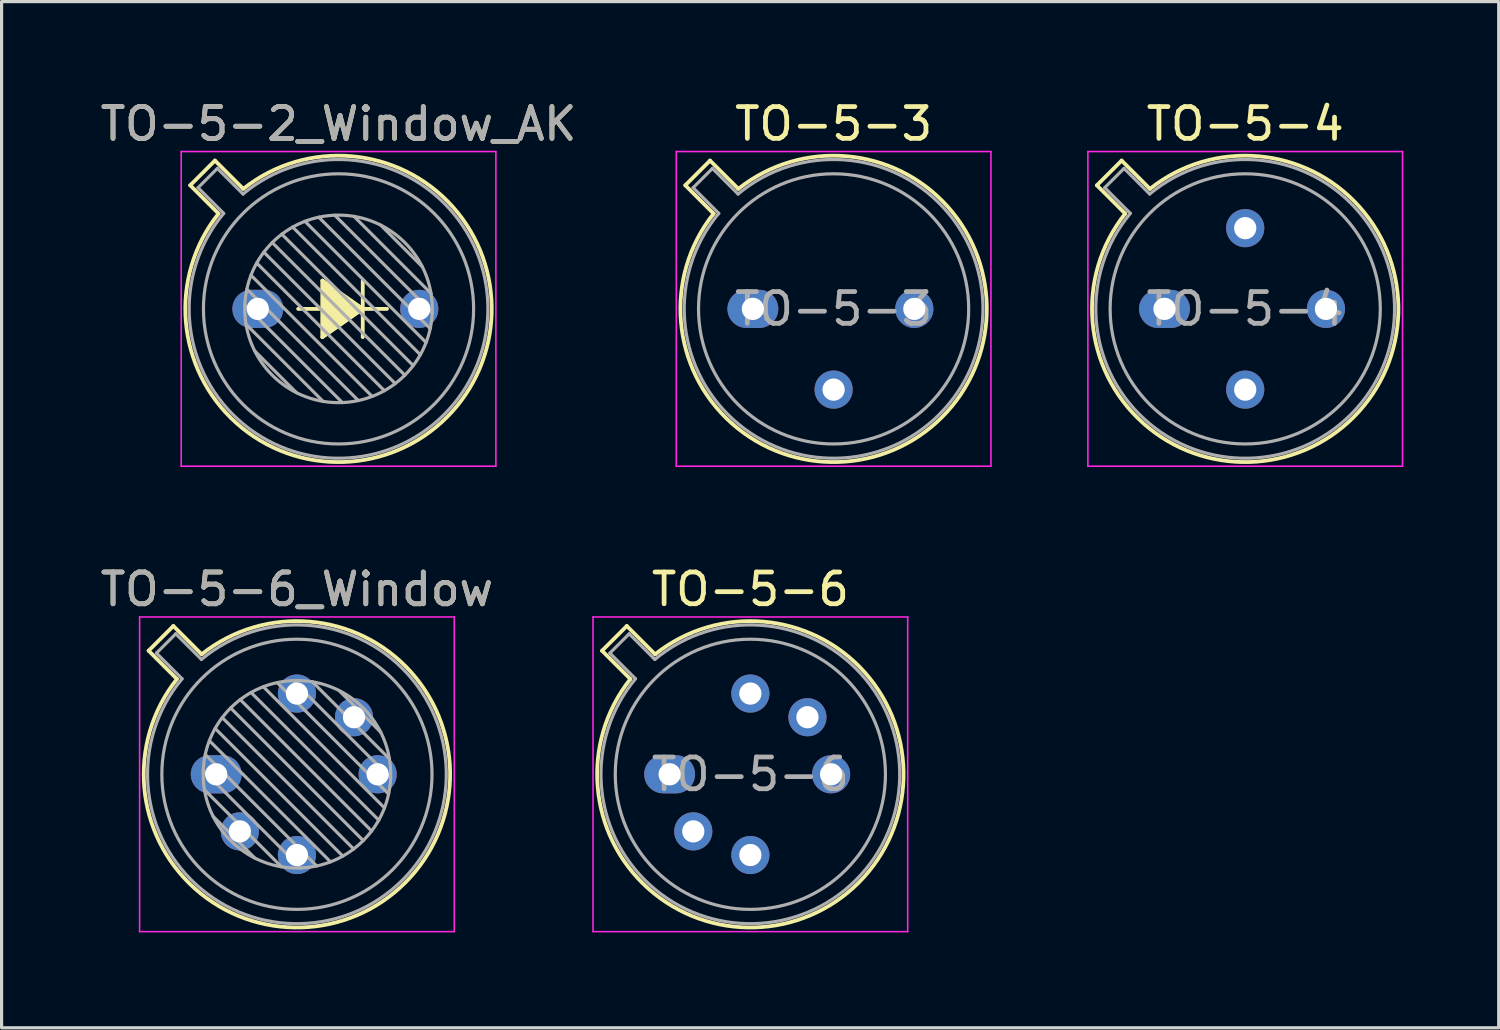
<source format=kicad_pcb>
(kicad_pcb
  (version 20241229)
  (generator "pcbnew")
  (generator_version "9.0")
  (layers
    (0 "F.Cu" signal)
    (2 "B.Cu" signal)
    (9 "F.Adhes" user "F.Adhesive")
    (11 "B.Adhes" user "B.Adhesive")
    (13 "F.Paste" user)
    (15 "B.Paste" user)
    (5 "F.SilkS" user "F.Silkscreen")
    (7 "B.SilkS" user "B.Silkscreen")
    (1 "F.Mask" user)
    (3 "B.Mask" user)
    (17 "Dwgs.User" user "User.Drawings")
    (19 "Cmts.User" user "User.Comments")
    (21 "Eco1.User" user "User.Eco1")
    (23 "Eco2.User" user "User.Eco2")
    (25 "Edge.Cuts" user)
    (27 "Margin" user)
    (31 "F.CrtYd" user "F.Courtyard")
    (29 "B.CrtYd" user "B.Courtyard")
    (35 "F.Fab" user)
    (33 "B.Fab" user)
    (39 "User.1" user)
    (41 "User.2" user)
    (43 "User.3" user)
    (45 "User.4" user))
  (footprint "TO-5-4"
    (layer "F.Cu")
    (at 33.587 6.668)
    (property "Reference" "TO-5-4" (at 2.54 -5.82 0) (layer "F.SilkS") (effects (font (size 1 1) (thickness 0.15))))
    (attr through_hole)
    (fp_line (start -2.126 -3.888) (end -1.235 -2.997) (stroke (width 0.12) (type solid)) (layer "F.SilkS"))
    (fp_line (start -1.348 -4.666) (end -2.126 -3.888) (stroke (width 0.12) (type solid)) (layer "F.SilkS"))
    (fp_line (start -0.457 -3.775) (end -1.348 -4.666) (stroke (width 0.12) (type solid)) (layer "F.SilkS"))
    (fp_arc (start -0.457084 -3.774902) (mid 5.948125 3.408384) (end -1.234674 -2.997371) (stroke (width 0.12) (type solid)) (layer "F.SilkS"))
    (fp_line (start -2.41 -4.95) (end -2.41 4.95) (stroke (width 0.05) (type solid)) (layer "F.CrtYd"))
    (fp_line (start -2.41 4.95) (end 7.49 4.95) (stroke (width 0.05) (type solid)) (layer "F.CrtYd"))
    (fp_line (start 7.49 -4.95) (end -2.41 -4.95) (stroke (width 0.05) (type solid)) (layer "F.CrtYd"))
    (fp_line (start 7.49 4.95) (end 7.49 -4.95) (stroke (width 0.05) (type solid)) (layer "F.CrtYd"))
    (fp_line (start -1.88 -3.812) (end -1.074 -3.005) (stroke (width 0.1) (type solid)) (layer "F.Fab"))
    (fp_line (start -1.272 -4.42) (end -1.88 -3.812) (stroke (width 0.1) (type solid)) (layer "F.Fab"))
    (fp_line (start -0.465 -3.614) (end -1.272 -4.42) (stroke (width 0.1) (type solid)) (layer "F.Fab"))
    (fp_arc (start -0.465408 -3.61352) (mid 5.863443 3.323361) (end -1.073594 -3.005319) (stroke (width 0.1) (type solid)) (layer "F.Fab"))
    (fp_circle (center 2.54 0) (end 6.79 0) (stroke (width 0.1) (type solid)) (fill no) (layer "F.Fab"))
    (fp_text user "${REFERENCE}" (at 2.54 0 0) (layer "F.Fab") (effects (font (size 1 1) (thickness 0.15))))
    (pad "1" thru_hole oval (at 0 0) (size 1.6 1.2) (drill 0.7) (layers "*.Cu" "*.Mask"))
    (pad "2" thru_hole oval (at 2.54 2.54) (size 1.2 1.2) (drill 0.7) (layers "*.Cu" "*.Mask"))
    (pad "3" thru_hole oval (at 5.08 0) (size 1.2 1.2) (drill 0.7) (layers "*.Cu" "*.Mask"))
    (pad "4" thru_hole oval (at 2.54 -2.54) (size 1.2 1.2) (drill 0.7) (layers "*.Cu" "*.Mask")))
  (footprint "TO-5-2_Window_AK"
    (layer "F.Cu")
    (at 5.061 6.668)
    (property "Reference" "TO-5-2_Window_AK" (at 2.54 -5.82 0) (layer "F.SilkS") (effects (font (size 1 1) (thickness 0.15))))
    (attr through_hole)
    (fp_line (start -2.126 -3.888) (end -1.235 -2.997) (stroke (width 0.12) (type solid)) (layer "F.SilkS"))
    (fp_line (start -1.348 -4.666) (end -2.126 -3.888) (stroke (width 0.12) (type solid)) (layer "F.SilkS"))
    (fp_line (start -0.457 -3.775) (end -1.348 -4.666) (stroke (width 0.12) (type solid)) (layer "F.SilkS"))
    (fp_line (start 1.27 0) (end 2.032 0) (stroke (width 0.12) (type solid)) (layer "F.SilkS"))
    (fp_line (start 2.032 -0.889) (end 3.302 0) (stroke (width 0.12) (type solid)) (layer "F.SilkS"))
    (fp_line (start 2.032 0.889) (end 2.032 -0.889) (stroke (width 0.12) (type solid)) (layer "F.SilkS"))
    (fp_line (start 3.302 -0.889) (end 3.302 0.889) (stroke (width 0.12) (type solid)) (layer "F.SilkS"))
    (fp_line (start 3.302 0) (end 2.032 0.889) (stroke (width 0.12) (type solid)) (layer "F.SilkS"))
    (fp_line (start 3.302 0) (end 4.064 0) (stroke (width 0.12) (type solid)) (layer "F.SilkS"))
    (fp_arc (start -0.457084 -3.774902) (mid 5.948125 3.408384) (end -1.234674 -2.997371) (stroke (width 0.12) (type solid)) (layer "F.SilkS"))
    (fp_poly (pts (xy 3.302 0) (xy 2.032 0.889) (xy 2.032 -0.889)) (stroke (width 0.1) (type solid)) (fill yes) (layer "F.SilkS"))
    (fp_line (start -2.41 -4.95) (end -2.41 4.95) (stroke (width 0.05) (type solid)) (layer "F.CrtYd"))
    (fp_line (start -2.41 4.95) (end 7.49 4.95) (stroke (width 0.05) (type solid)) (layer "F.CrtYd"))
    (fp_line (start 7.49 -4.95) (end -2.41 -4.95) (stroke (width 0.05) (type solid)) (layer "F.CrtYd"))
    (fp_line (start 7.49 4.95) (end 7.49 -4.95) (stroke (width 0.05) (type solid)) (layer "F.CrtYd"))
    (fp_line (start -1.88 -3.812) (end -1.074 -3.005) (stroke (width 0.1) (type solid)) (layer "F.Fab"))
    (fp_line (start -1.272 -4.42) (end -1.88 -3.812) (stroke (width 0.1) (type solid)) (layer "F.Fab"))
    (fp_line (start -0.465 -3.614) (end -1.272 -4.42) (stroke (width 0.1) (type solid)) (layer "F.Fab"))
    (fp_line (start -0.408 -0.12) (end 2.66 2.948) (stroke (width 0.1) (type solid)) (layer "F.Fab"))
    (fp_line (start -0.371 0.485) (end 2.055 2.911) (stroke (width 0.1) (type solid)) (layer "F.Fab"))
    (fp_line (start -0.344 -0.622) (end 3.162 2.884) (stroke (width 0.1) (type solid)) (layer "F.Fab"))
    (fp_line (start -0.215 -1.058) (end 3.598 2.755) (stroke (width 0.1) (type solid)) (layer "F.Fab"))
    (fp_line (start -0.097 1.324) (end 1.216 2.637) (stroke (width 0.1) (type solid)) (layer "F.Fab"))
    (fp_line (start -0.034 -1.443) (end 3.983 2.574) (stroke (width 0.1) (type solid)) (layer "F.Fab"))
    (fp_line (start 0.19 -1.784) (end 4.324 2.35) (stroke (width 0.1) (type solid)) (layer "F.Fab"))
    (fp_line (start 0.454 -2.086) (end 4.626 2.086) (stroke (width 0.1) (type solid)) (layer "F.Fab"))
    (fp_line (start 0.756 -2.35) (end 4.89 1.784) (stroke (width 0.1) (type solid)) (layer "F.Fab"))
    (fp_line (start 1.097 -2.574) (end 5.114 1.443) (stroke (width 0.1) (type solid)) (layer "F.Fab"))
    (fp_line (start 1.482 -2.755) (end 5.295 1.058) (stroke (width 0.1) (type solid)) (layer "F.Fab"))
    (fp_line (start 1.918 -2.884) (end 5.424 0.622) (stroke (width 0.1) (type solid)) (layer "F.Fab"))
    (fp_line (start 2.42 -2.948) (end 5.488 0.12) (stroke (width 0.1) (type solid)) (layer "F.Fab"))
    (fp_line (start 3.025 -2.911) (end 5.451 -0.485) (stroke (width 0.1) (type solid)) (layer "F.Fab"))
    (fp_line (start 3.864 -2.637) (end 5.177 -1.324) (stroke (width 0.1) (type solid)) (layer "F.Fab"))
    (fp_arc (start -0.465408 -3.61352) (mid 5.863443 3.323361) (end -1.073594 -3.005319) (stroke (width 0.1) (type solid)) (layer "F.Fab"))
    (fp_circle (center 2.54 0) (end 5.49 0) (stroke (width 0.1) (type solid)) (fill no) (layer "F.Fab"))
    (fp_circle (center 2.54 0) (end 6.79 0) (stroke (width 0.1) (type solid)) (fill no) (layer "F.Fab"))
    (fp_text user "${REFERENCE}" (at 2.54 -5.82 0) (layer "F.Fab") (effects (font (size 1 1) (thickness 0.15))))
    (pad "1" thru_hole oval (at 0 0) (size 1.6 1.2) (drill 0.7) (layers "*.Cu" "*.Mask"))
    (pad "2" thru_hole oval (at 5.08 0) (size 1.2 1.2) (drill 0.7) (layers "*.Cu" "*.Mask")))
  (footprint "TO-5-6"
    (layer "F.Cu")
    (at 18.018 21.311)
    (property "Reference" "TO-5-6" (at 2.54 -5.82 0) (layer "F.SilkS") (effects (font (size 1 1) (thickness 0.15))))
    (attr through_hole)
    (fp_line (start -2.126 -3.888) (end -1.235 -2.997) (stroke (width 0.12) (type solid)) (layer "F.SilkS"))
    (fp_line (start -1.348 -4.666) (end -2.126 -3.888) (stroke (width 0.12) (type solid)) (layer "F.SilkS"))
    (fp_line (start -0.457 -3.775) (end -1.348 -4.666) (stroke (width 0.12) (type solid)) (layer "F.SilkS"))
    (fp_arc (start -0.457084 -3.774902) (mid 5.948125 3.408384) (end -1.234674 -2.997371) (stroke (width 0.12) (type solid)) (layer "F.SilkS"))
    (fp_line (start -2.41 -4.95) (end -2.41 4.95) (stroke (width 0.05) (type solid)) (layer "F.CrtYd"))
    (fp_line (start -2.41 4.95) (end 7.49 4.95) (stroke (width 0.05) (type solid)) (layer "F.CrtYd"))
    (fp_line (start 7.49 -4.95) (end -2.41 -4.95) (stroke (width 0.05) (type solid)) (layer "F.CrtYd"))
    (fp_line (start 7.49 4.95) (end 7.49 -4.95) (stroke (width 0.05) (type solid)) (layer "F.CrtYd"))
    (fp_line (start -1.88 -3.812) (end -1.074 -3.005) (stroke (width 0.1) (type solid)) (layer "F.Fab"))
    (fp_line (start -1.272 -4.42) (end -1.88 -3.812) (stroke (width 0.1) (type solid)) (layer "F.Fab"))
    (fp_line (start -0.465 -3.614) (end -1.272 -4.42) (stroke (width 0.1) (type solid)) (layer "F.Fab"))
    (fp_arc (start -0.465408 -3.61352) (mid 5.863443 3.323361) (end -1.073594 -3.005319) (stroke (width 0.1) (type solid)) (layer "F.Fab"))
    (fp_circle (center 2.54 0) (end 6.79 0) (stroke (width 0.1) (type solid)) (fill no) (layer "F.Fab"))
    (fp_text user "${REFERENCE}" (at 2.54 0 0) (layer "F.Fab") (effects (font (size 1 1) (thickness 0.15))))
    (pad "1" thru_hole oval (at 0 0) (size 1.6 1.2) (drill 0.7) (layers "*.Cu" "*.Mask"))
    (pad "2" thru_hole oval (at 0.744 1.796) (size 1.2 1.2) (drill 0.7) (layers "*.Cu" "*.Mask"))
    (pad "3" thru_hole oval (at 2.54 2.54) (size 1.2 1.2) (drill 0.7) (layers "*.Cu" "*.Mask"))
    (pad "4" thru_hole oval (at 5.08 0) (size 1.2 1.2) (drill 0.7) (layers "*.Cu" "*.Mask"))
    (pad "5" thru_hole oval (at 4.336 -1.796) (size 1.2 1.2) (drill 0.7) (layers "*.Cu" "*.Mask"))
    (pad "6" thru_hole oval (at 2.54 -2.54) (size 1.2 1.2) (drill 0.7) (layers "*.Cu" "*.Mask")))
  (footprint "TO-5-6_Window"
    (layer "F.Cu")
    (at 3.752 21.311)
    (property "Reference" "TO-5-6_Window" (at 2.54 -5.82 0) (layer "F.SilkS") (effects (font (size 1 1) (thickness 0.15))))
    (attr through_hole)
    (fp_line (start -2.126 -3.888) (end -1.235 -2.997) (stroke (width 0.12) (type solid)) (layer "F.SilkS"))
    (fp_line (start -1.348 -4.666) (end -2.126 -3.888) (stroke (width 0.12) (type solid)) (layer "F.SilkS"))
    (fp_line (start -0.457 -3.775) (end -1.348 -4.666) (stroke (width 0.12) (type solid)) (layer "F.SilkS"))
    (fp_arc (start -0.457084 -3.774902) (mid 5.948125 3.408384) (end -1.234674 -2.997371) (stroke (width 0.12) (type solid)) (layer "F.SilkS"))
    (fp_line (start -2.41 -4.95) (end -2.41 4.95) (stroke (width 0.05) (type solid)) (layer "F.CrtYd"))
    (fp_line (start -2.41 4.95) (end 7.49 4.95) (stroke (width 0.05) (type solid)) (layer "F.CrtYd"))
    (fp_line (start 7.49 -4.95) (end -2.41 -4.95) (stroke (width 0.05) (type solid)) (layer "F.CrtYd"))
    (fp_line (start 7.49 4.95) (end 7.49 -4.95) (stroke (width 0.05) (type solid)) (layer "F.CrtYd"))
    (fp_line (start -1.88 -3.812) (end -1.074 -3.005) (stroke (width 0.1) (type solid)) (layer "F.Fab"))
    (fp_line (start -1.272 -4.42) (end -1.88 -3.812) (stroke (width 0.1) (type solid)) (layer "F.Fab"))
    (fp_line (start -0.465 -3.614) (end -1.272 -4.42) (stroke (width 0.1) (type solid)) (layer "F.Fab"))
    (fp_line (start -0.408 -0.12) (end 2.66 2.948) (stroke (width 0.1) (type solid)) (layer "F.Fab"))
    (fp_line (start -0.371 0.485) (end 2.055 2.911) (stroke (width 0.1) (type solid)) (layer "F.Fab"))
    (fp_line (start -0.344 -0.622) (end 3.162 2.884) (stroke (width 0.1) (type solid)) (layer "F.Fab"))
    (fp_line (start -0.215 -1.058) (end 3.598 2.755) (stroke (width 0.1) (type solid)) (layer "F.Fab"))
    (fp_line (start -0.097 1.324) (end 1.216 2.637) (stroke (width 0.1) (type solid)) (layer "F.Fab"))
    (fp_line (start -0.034 -1.443) (end 3.983 2.574) (stroke (width 0.1) (type solid)) (layer "F.Fab"))
    (fp_line (start 0.19 -1.784) (end 4.324 2.35) (stroke (width 0.1) (type solid)) (layer "F.Fab"))
    (fp_line (start 0.454 -2.086) (end 4.626 2.086) (stroke (width 0.1) (type solid)) (layer "F.Fab"))
    (fp_line (start 0.756 -2.35) (end 4.89 1.784) (stroke (width 0.1) (type solid)) (layer "F.Fab"))
    (fp_line (start 1.097 -2.574) (end 5.114 1.443) (stroke (width 0.1) (type solid)) (layer "F.Fab"))
    (fp_line (start 1.482 -2.755) (end 5.295 1.058) (stroke (width 0.1) (type solid)) (layer "F.Fab"))
    (fp_line (start 1.918 -2.884) (end 5.424 0.622) (stroke (width 0.1) (type solid)) (layer "F.Fab"))
    (fp_line (start 2.42 -2.948) (end 5.488 0.12) (stroke (width 0.1) (type solid)) (layer "F.Fab"))
    (fp_line (start 3.025 -2.911) (end 5.451 -0.485) (stroke (width 0.1) (type solid)) (layer "F.Fab"))
    (fp_line (start 3.864 -2.637) (end 5.177 -1.324) (stroke (width 0.1) (type solid)) (layer "F.Fab"))
    (fp_arc (start -0.465408 -3.61352) (mid 5.863443 3.323361) (end -1.073594 -3.005319) (stroke (width 0.1) (type solid)) (layer "F.Fab"))
    (fp_circle (center 2.54 0) (end 5.49 0) (stroke (width 0.1) (type solid)) (fill no) (layer "F.Fab"))
    (fp_circle (center 2.54 0) (end 6.79 0) (stroke (width 0.1) (type solid)) (fill no) (layer "F.Fab"))
    (fp_text user "${REFERENCE}" (at 2.54 -5.82 0) (layer "F.Fab") (effects (font (size 1 1) (thickness 0.15))))
    (pad "1" thru_hole oval (at 0 0) (size 1.6 1.2) (drill 0.7) (layers "*.Cu" "*.Mask"))
    (pad "2" thru_hole oval (at 0.744 1.796) (size 1.2 1.2) (drill 0.7) (layers "*.Cu" "*.Mask"))
    (pad "3" thru_hole oval (at 2.54 2.54) (size 1.2 1.2) (drill 0.7) (layers "*.Cu" "*.Mask"))
    (pad "4" thru_hole oval (at 5.08 0) (size 1.2 1.2) (drill 0.7) (layers "*.Cu" "*.Mask"))
    (pad "5" thru_hole oval (at 4.336 -1.796) (size 1.2 1.2) (drill 0.7) (layers "*.Cu" "*.Mask"))
    (pad "6" thru_hole oval (at 2.54 -2.54) (size 1.2 1.2) (drill 0.7) (layers "*.Cu" "*.Mask")))
  (footprint "TO-5-3"
    (layer "F.Cu")
    (at 20.637 6.668)
    (property "Reference" "TO-5-3" (at 2.54 -5.82 0) (layer "F.SilkS") (effects (font (size 1 1) (thickness 0.15))))
    (attr through_hole)
    (fp_line (start -2.126 -3.888) (end -1.235 -2.997) (stroke (width 0.12) (type solid)) (layer "F.SilkS"))
    (fp_line (start -1.348 -4.666) (end -2.126 -3.888) (stroke (width 0.12) (type solid)) (layer "F.SilkS"))
    (fp_line (start -0.457 -3.775) (end -1.348 -4.666) (stroke (width 0.12) (type solid)) (layer "F.SilkS"))
    (fp_arc (start -0.457084 -3.774902) (mid 5.948125 3.408384) (end -1.234674 -2.997371) (stroke (width 0.12) (type solid)) (layer "F.SilkS"))
    (fp_line (start -2.41 -4.95) (end -2.41 4.95) (stroke (width 0.05) (type solid)) (layer "F.CrtYd"))
    (fp_line (start -2.41 4.95) (end 7.49 4.95) (stroke (width 0.05) (type solid)) (layer "F.CrtYd"))
    (fp_line (start 7.49 -4.95) (end -2.41 -4.95) (stroke (width 0.05) (type solid)) (layer "F.CrtYd"))
    (fp_line (start 7.49 4.95) (end 7.49 -4.95) (stroke (width 0.05) (type solid)) (layer "F.CrtYd"))
    (fp_line (start -1.88 -3.812) (end -1.074 -3.005) (stroke (width 0.1) (type solid)) (layer "F.Fab"))
    (fp_line (start -1.272 -4.42) (end -1.88 -3.812) (stroke (width 0.1) (type solid)) (layer "F.Fab"))
    (fp_line (start -0.465 -3.614) (end -1.272 -4.42) (stroke (width 0.1) (type solid)) (layer "F.Fab"))
    (fp_arc (start -0.465408 -3.61352) (mid 5.863443 3.323361) (end -1.073594 -3.005319) (stroke (width 0.1) (type solid)) (layer "F.Fab"))
    (fp_circle (center 2.54 0) (end 6.79 0) (stroke (width 0.1) (type solid)) (fill no) (layer "F.Fab"))
    (fp_text user "${REFERENCE}" (at 2.54 0 0) (layer "F.Fab") (effects (font (size 1 1) (thickness 0.15))))
    (pad "1" thru_hole oval (at 0 0) (size 1.6 1.2) (drill 0.7) (layers "*.Cu" "*.Mask"))
    (pad "2" thru_hole oval (at 2.54 2.54) (size 1.2 1.2) (drill 0.7) (layers "*.Cu" "*.Mask"))
    (pad "3" thru_hole oval (at 5.08 0) (size 1.2 1.2) (drill 0.7) (layers "*.Cu" "*.Mask")))
  (gr_rect
    (start -3 -3)
    (end 44.102 29.287)
    (stroke (width 0.1) (type default))
    (fill no)
    (layer "Edge.Cuts")))
</source>
